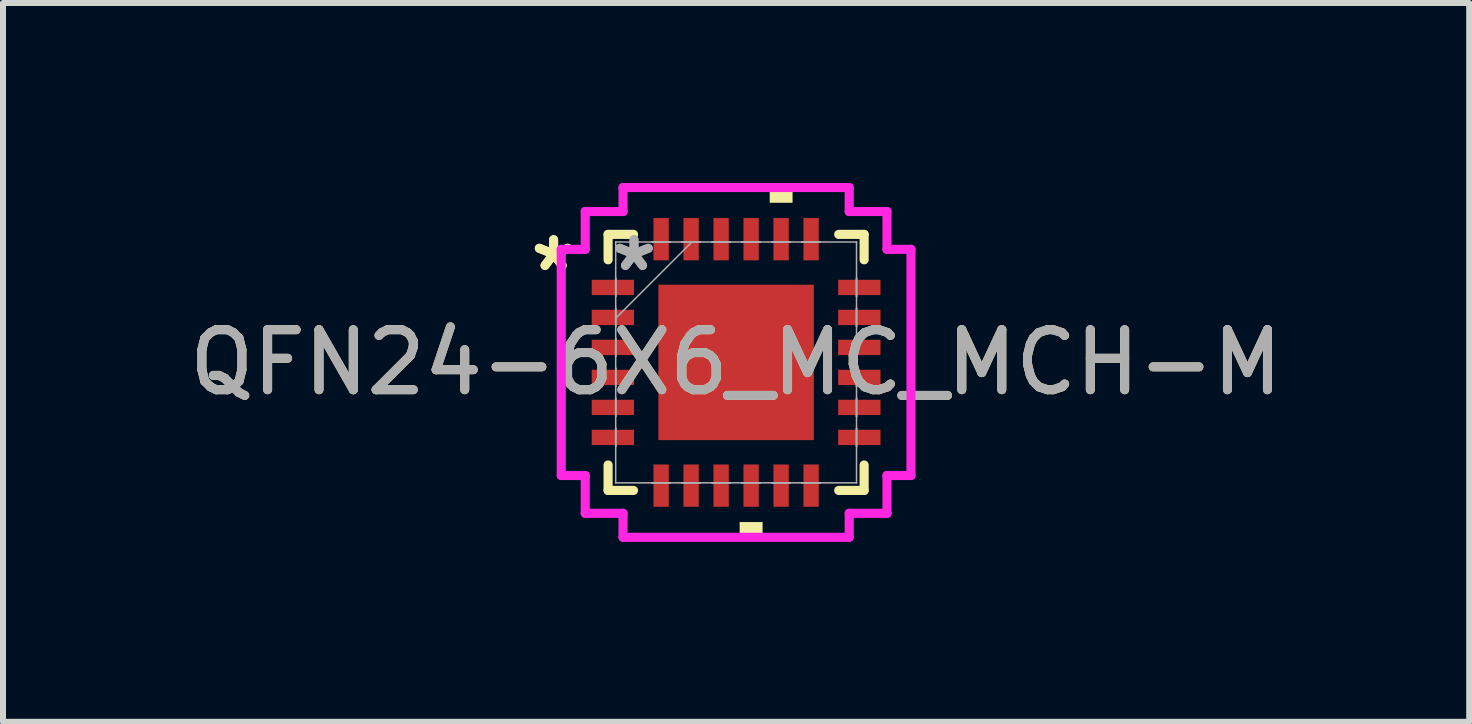
<source format=kicad_pcb>
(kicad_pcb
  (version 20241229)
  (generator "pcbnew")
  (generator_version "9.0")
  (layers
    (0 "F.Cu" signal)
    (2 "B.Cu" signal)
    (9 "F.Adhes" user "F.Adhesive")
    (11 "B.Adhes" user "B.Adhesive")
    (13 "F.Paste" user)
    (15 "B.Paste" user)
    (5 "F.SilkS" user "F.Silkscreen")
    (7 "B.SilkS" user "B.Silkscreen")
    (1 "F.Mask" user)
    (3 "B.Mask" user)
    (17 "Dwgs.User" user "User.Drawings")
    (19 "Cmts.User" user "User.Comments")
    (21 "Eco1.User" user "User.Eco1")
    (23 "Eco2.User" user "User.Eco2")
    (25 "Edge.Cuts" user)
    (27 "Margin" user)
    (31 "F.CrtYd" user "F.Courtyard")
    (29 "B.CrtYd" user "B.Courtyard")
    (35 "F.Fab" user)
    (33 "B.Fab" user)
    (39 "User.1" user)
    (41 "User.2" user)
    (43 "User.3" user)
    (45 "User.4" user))
  (footprint "QFN24-6X6_MC_MCH-M"
    (layer "F.Cu")
    (at 9.22 2.991)
    (property "Reference" "QFN24-6X6_MC_MCH-M" (at 0 0 0) (unlocked yes) (layer "F.SilkS") (effects (font (size 1 1) (thickness 0.15))))
    (attr smd)
    (fp_line (start -2.134 -2.134) (end -2.134 -1.71) (stroke (width 0.152) (type solid)) (layer "F.SilkS"))
    (fp_line (start -2.134 1.71) (end -2.134 2.134) (stroke (width 0.152) (type solid)) (layer "F.SilkS"))
    (fp_line (start -2.134 2.134) (end -1.71 2.134) (stroke (width 0.152) (type solid)) (layer "F.SilkS"))
    (fp_line (start -1.71 -2.134) (end -2.134 -2.134) (stroke (width 0.152) (type solid)) (layer "F.SilkS"))
    (fp_line (start 1.71 2.134) (end 2.134 2.134) (stroke (width 0.152) (type solid)) (layer "F.SilkS"))
    (fp_line (start 2.134 -2.134) (end 1.71 -2.134) (stroke (width 0.152) (type solid)) (layer "F.SilkS"))
    (fp_line (start 2.134 -1.71) (end 2.134 -2.134) (stroke (width 0.152) (type solid)) (layer "F.SilkS"))
    (fp_line (start 2.134 2.134) (end 2.134 1.71) (stroke (width 0.152) (type solid)) (layer "F.SilkS"))
    (fp_poly (pts (xy 0.059 2.661) (xy 0.059 2.915) (xy 0.441 2.915) (xy 0.441 2.661)) (stroke (width 0) (type solid)) (fill yes) (layer "F.SilkS"))
    (fp_poly (pts (xy 0.56 -2.661) (xy 0.56 -2.915) (xy 0.941 -2.915) (xy 0.941 -2.661)) (stroke (width 0) (type solid)) (fill yes) (layer "F.SilkS"))
    (fp_poly (pts (xy -1.195 -1.195) (xy -1.195 -0.1) (xy -0.1 -0.1) (xy -0.1 -1.195)) (stroke (width 0) (type solid)) (fill yes) (layer "F.Paste"))
    (fp_poly (pts (xy -1.195 0.1) (xy -1.195 1.195) (xy -0.1 1.195) (xy -0.1 0.1)) (stroke (width 0) (type solid)) (fill yes) (layer "F.Paste"))
    (fp_poly (pts (xy 0.1 -1.195) (xy 0.1 -0.1) (xy 1.195 -0.1) (xy 1.195 -1.195)) (stroke (width 0) (type solid)) (fill yes) (layer "F.Paste"))
    (fp_poly (pts (xy 0.1 0.1) (xy 0.1 1.195) (xy 1.195 1.195) (xy 1.195 0.1)) (stroke (width 0) (type solid)) (fill yes) (layer "F.Paste"))
    (fp_line (start -2.915 -1.885) (end -2.515 -1.885) (stroke (width 0.152) (type solid)) (layer "F.CrtYd"))
    (fp_line (start -2.915 1.885) (end -2.915 -1.885) (stroke (width 0.152) (type solid)) (layer "F.CrtYd"))
    (fp_line (start -2.515 -2.515) (end -1.885 -2.515) (stroke (width 0.152) (type solid)) (layer "F.CrtYd"))
    (fp_line (start -2.515 -1.885) (end -2.515 -2.515) (stroke (width 0.152) (type solid)) (layer "F.CrtYd"))
    (fp_line (start -2.515 1.885) (end -2.915 1.885) (stroke (width 0.152) (type solid)) (layer "F.CrtYd"))
    (fp_line (start -2.515 2.515) (end -2.515 1.885) (stroke (width 0.152) (type solid)) (layer "F.CrtYd"))
    (fp_line (start -1.885 -2.915) (end 1.885 -2.915) (stroke (width 0.152) (type solid)) (layer "F.CrtYd"))
    (fp_line (start -1.885 -2.515) (end -1.885 -2.915) (stroke (width 0.152) (type solid)) (layer "F.CrtYd"))
    (fp_line (start -1.885 2.515) (end -2.515 2.515) (stroke (width 0.152) (type solid)) (layer "F.CrtYd"))
    (fp_line (start -1.885 2.915) (end -1.885 2.515) (stroke (width 0.152) (type solid)) (layer "F.CrtYd"))
    (fp_line (start 1.885 -2.915) (end 1.885 -2.515) (stroke (width 0.152) (type solid)) (layer "F.CrtYd"))
    (fp_line (start 1.885 -2.515) (end 2.515 -2.515) (stroke (width 0.152) (type solid)) (layer "F.CrtYd"))
    (fp_line (start 1.885 2.515) (end 1.885 2.915) (stroke (width 0.152) (type solid)) (layer "F.CrtYd"))
    (fp_line (start 1.885 2.915) (end -1.885 2.915) (stroke (width 0.152) (type solid)) (layer "F.CrtYd"))
    (fp_line (start 2.515 -2.515) (end 2.515 -1.885) (stroke (width 0.152) (type solid)) (layer "F.CrtYd"))
    (fp_line (start 2.515 -1.885) (end 2.915 -1.885) (stroke (width 0.152) (type solid)) (layer "F.CrtYd"))
    (fp_line (start 2.515 1.885) (end 2.515 2.515) (stroke (width 0.152) (type solid)) (layer "F.CrtYd"))
    (fp_line (start 2.515 2.515) (end 1.885 2.515) (stroke (width 0.152) (type solid)) (layer "F.CrtYd"))
    (fp_line (start 2.915 -1.885) (end 2.915 1.885) (stroke (width 0.152) (type solid)) (layer "F.CrtYd"))
    (fp_line (start 2.915 1.885) (end 2.515 1.885) (stroke (width 0.152) (type solid)) (layer "F.CrtYd"))
    (fp_line (start -2.007 -2.007) (end -2.007 -2.007) (stroke (width 0.025) (type solid)) (layer "F.Fab"))
    (fp_line (start -2.007 -2.007) (end -2.007 2.007) (stroke (width 0.025) (type solid)) (layer "F.Fab"))
    (fp_line (start -2.007 -1.402) (end -2.007 -1.402) (stroke (width 0.025) (type solid)) (layer "F.Fab"))
    (fp_line (start -2.007 -1.402) (end -2.007 -1.098) (stroke (width 0.025) (type solid)) (layer "F.Fab"))
    (fp_line (start -2.007 -1.098) (end -2.007 -1.402) (stroke (width 0.025) (type solid)) (layer "F.Fab"))
    (fp_line (start -2.007 -1.098) (end -2.007 -1.098) (stroke (width 0.025) (type solid)) (layer "F.Fab"))
    (fp_line (start -2.007 -0.902) (end -2.007 -0.902) (stroke (width 0.025) (type solid)) (layer "F.Fab"))
    (fp_line (start -2.007 -0.902) (end -2.007 -0.598) (stroke (width 0.025) (type solid)) (layer "F.Fab"))
    (fp_line (start -2.007 -0.737) (end -0.737 -2.007) (stroke (width 0.025) (type solid)) (layer "F.Fab"))
    (fp_line (start -2.007 -0.598) (end -2.007 -0.902) (stroke (width 0.025) (type solid)) (layer "F.Fab"))
    (fp_line (start -2.007 -0.598) (end -2.007 -0.598) (stroke (width 0.025) (type solid)) (layer "F.Fab"))
    (fp_line (start -2.007 -0.402) (end -2.007 -0.402) (stroke (width 0.025) (type solid)) (layer "F.Fab"))
    (fp_line (start -2.007 -0.402) (end -2.007 -0.098) (stroke (width 0.025) (type solid)) (layer "F.Fab"))
    (fp_line (start -2.007 -0.098) (end -2.007 -0.402) (stroke (width 0.025) (type solid)) (layer "F.Fab"))
    (fp_line (start -2.007 -0.098) (end -2.007 -0.098) (stroke (width 0.025) (type solid)) (layer "F.Fab"))
    (fp_line (start -2.007 0.098) (end -2.007 0.098) (stroke (width 0.025) (type solid)) (layer "F.Fab"))
    (fp_line (start -2.007 0.098) (end -2.007 0.402) (stroke (width 0.025) (type solid)) (layer "F.Fab"))
    (fp_line (start -2.007 0.402) (end -2.007 0.098) (stroke (width 0.025) (type solid)) (layer "F.Fab"))
    (fp_line (start -2.007 0.402) (end -2.007 0.402) (stroke (width 0.025) (type solid)) (layer "F.Fab"))
    (fp_line (start -2.007 0.598) (end -2.007 0.598) (stroke (width 0.025) (type solid)) (layer "F.Fab"))
    (fp_line (start -2.007 0.598) (end -2.007 0.902) (stroke (width 0.025) (type solid)) (layer "F.Fab"))
    (fp_line (start -2.007 0.902) (end -2.007 0.598) (stroke (width 0.025) (type solid)) (layer "F.Fab"))
    (fp_line (start -2.007 0.902) (end -2.007 0.902) (stroke (width 0.025) (type solid)) (layer "F.Fab"))
    (fp_line (start -2.007 1.098) (end -2.007 1.098) (stroke (width 0.025) (type solid)) (layer "F.Fab"))
    (fp_line (start -2.007 1.098) (end -2.007 1.402) (stroke (width 0.025) (type solid)) (layer "F.Fab"))
    (fp_line (start -2.007 1.402) (end -2.007 1.098) (stroke (width 0.025) (type solid)) (layer "F.Fab"))
    (fp_line (start -2.007 1.402) (end -2.007 1.402) (stroke (width 0.025) (type solid)) (layer "F.Fab"))
    (fp_line (start -2.007 2.007) (end -2.007 2.007) (stroke (width 0.025) (type solid)) (layer "F.Fab"))
    (fp_line (start -2.007 2.007) (end 2.007 2.007) (stroke (width 0.025) (type solid)) (layer "F.Fab"))
    (fp_line (start -1.402 -2.007) (end -1.402 -2.007) (stroke (width 0.025) (type solid)) (layer "F.Fab"))
    (fp_line (start -1.402 -2.007) (end -1.098 -2.007) (stroke (width 0.025) (type solid)) (layer "F.Fab"))
    (fp_line (start -1.402 2.007) (end -1.402 2.007) (stroke (width 0.025) (type solid)) (layer "F.Fab"))
    (fp_line (start -1.402 2.007) (end -1.098 2.007) (stroke (width 0.025) (type solid)) (layer "F.Fab"))
    (fp_line (start -1.098 -2.007) (end -1.402 -2.007) (stroke (width 0.025) (type solid)) (layer "F.Fab"))
    (fp_line (start -1.098 -2.007) (end -1.098 -2.007) (stroke (width 0.025) (type solid)) (layer "F.Fab"))
    (fp_line (start -1.098 2.007) (end -1.402 2.007) (stroke (width 0.025) (type solid)) (layer "F.Fab"))
    (fp_line (start -1.098 2.007) (end -1.098 2.007) (stroke (width 0.025) (type solid)) (layer "F.Fab"))
    (fp_line (start -0.902 -2.007) (end -0.902 -2.007) (stroke (width 0.025) (type solid)) (layer "F.Fab"))
    (fp_line (start -0.902 -2.007) (end -0.598 -2.007) (stroke (width 0.025) (type solid)) (layer "F.Fab"))
    (fp_line (start -0.902 2.007) (end -0.902 2.007) (stroke (width 0.025) (type solid)) (layer "F.Fab"))
    (fp_line (start -0.902 2.007) (end -0.598 2.007) (stroke (width 0.025) (type solid)) (layer "F.Fab"))
    (fp_line (start -0.598 -2.007) (end -0.902 -2.007) (stroke (width 0.025) (type solid)) (layer "F.Fab"))
    (fp_line (start -0.598 -2.007) (end -0.598 -2.007) (stroke (width 0.025) (type solid)) (layer "F.Fab"))
    (fp_line (start -0.598 2.007) (end -0.902 2.007) (stroke (width 0.025) (type solid)) (layer "F.Fab"))
    (fp_line (start -0.598 2.007) (end -0.598 2.007) (stroke (width 0.025) (type solid)) (layer "F.Fab"))
    (fp_line (start -0.402 -2.007) (end -0.402 -2.007) (stroke (width 0.025) (type solid)) (layer "F.Fab"))
    (fp_line (start -0.402 -2.007) (end -0.098 -2.007) (stroke (width 0.025) (type solid)) (layer "F.Fab"))
    (fp_line (start -0.402 2.007) (end -0.402 2.007) (stroke (width 0.025) (type solid)) (layer "F.Fab"))
    (fp_line (start -0.402 2.007) (end -0.098 2.007) (stroke (width 0.025) (type solid)) (layer "F.Fab"))
    (fp_line (start -0.098 -2.007) (end -0.402 -2.007) (stroke (width 0.025) (type solid)) (layer "F.Fab"))
    (fp_line (start -0.098 -2.007) (end -0.098 -2.007) (stroke (width 0.025) (type solid)) (layer "F.Fab"))
    (fp_line (start -0.098 2.007) (end -0.402 2.007) (stroke (width 0.025) (type solid)) (layer "F.Fab"))
    (fp_line (start -0.098 2.007) (end -0.098 2.007) (stroke (width 0.025) (type solid)) (layer "F.Fab"))
    (fp_line (start 0.098 -2.007) (end 0.098 -2.007) (stroke (width 0.025) (type solid)) (layer "F.Fab"))
    (fp_line (start 0.098 -2.007) (end 0.402 -2.007) (stroke (width 0.025) (type solid)) (layer "F.Fab"))
    (fp_line (start 0.098 2.007) (end 0.098 2.007) (stroke (width 0.025) (type solid)) (layer "F.Fab"))
    (fp_line (start 0.098 2.007) (end 0.402 2.007) (stroke (width 0.025) (type solid)) (layer "F.Fab"))
    (fp_line (start 0.402 -2.007) (end 0.098 -2.007) (stroke (width 0.025) (type solid)) (layer "F.Fab"))
    (fp_line (start 0.402 -2.007) (end 0.402 -2.007) (stroke (width 0.025) (type solid)) (layer "F.Fab"))
    (fp_line (start 0.402 2.007) (end 0.098 2.007) (stroke (width 0.025) (type solid)) (layer "F.Fab"))
    (fp_line (start 0.402 2.007) (end 0.402 2.007) (stroke (width 0.025) (type solid)) (layer "F.Fab"))
    (fp_line (start 0.598 -2.007) (end 0.598 -2.007) (stroke (width 0.025) (type solid)) (layer "F.Fab"))
    (fp_line (start 0.598 -2.007) (end 0.902 -2.007) (stroke (width 0.025) (type solid)) (layer "F.Fab"))
    (fp_line (start 0.598 2.007) (end 0.598 2.007) (stroke (width 0.025) (type solid)) (layer "F.Fab"))
    (fp_line (start 0.598 2.007) (end 0.902 2.007) (stroke (width 0.025) (type solid)) (layer "F.Fab"))
    (fp_line (start 0.902 -2.007) (end 0.598 -2.007) (stroke (width 0.025) (type solid)) (layer "F.Fab"))
    (fp_line (start 0.902 -2.007) (end 0.902 -2.007) (stroke (width 0.025) (type solid)) (layer "F.Fab"))
    (fp_line (start 0.902 2.007) (end 0.598 2.007) (stroke (width 0.025) (type solid)) (layer "F.Fab"))
    (fp_line (start 0.902 2.007) (end 0.902 2.007) (stroke (width 0.025) (type solid)) (layer "F.Fab"))
    (fp_line (start 1.098 -2.007) (end 1.098 -2.007) (stroke (width 0.025) (type solid)) (layer "F.Fab"))
    (fp_line (start 1.098 -2.007) (end 1.402 -2.007) (stroke (width 0.025) (type solid)) (layer "F.Fab"))
    (fp_line (start 1.098 2.007) (end 1.098 2.007) (stroke (width 0.025) (type solid)) (layer "F.Fab"))
    (fp_line (start 1.098 2.007) (end 1.402 2.007) (stroke (width 0.025) (type solid)) (layer "F.Fab"))
    (fp_line (start 1.402 -2.007) (end 1.098 -2.007) (stroke (width 0.025) (type solid)) (layer "F.Fab"))
    (fp_line (start 1.402 -2.007) (end 1.402 -2.007) (stroke (width 0.025) (type solid)) (layer "F.Fab"))
    (fp_line (start 1.402 2.007) (end 1.098 2.007) (stroke (width 0.025) (type solid)) (layer "F.Fab"))
    (fp_line (start 1.402 2.007) (end 1.402 2.007) (stroke (width 0.025) (type solid)) (layer "F.Fab"))
    (fp_line (start 2.007 -2.007) (end -2.007 -2.007) (stroke (width 0.025) (type solid)) (layer "F.Fab"))
    (fp_line (start 2.007 -2.007) (end 2.007 -2.007) (stroke (width 0.025) (type solid)) (layer "F.Fab"))
    (fp_line (start 2.007 -1.402) (end 2.007 -1.402) (stroke (width 0.025) (type solid)) (layer "F.Fab"))
    (fp_line (start 2.007 -1.402) (end 2.007 -1.098) (stroke (width 0.025) (type solid)) (layer "F.Fab"))
    (fp_line (start 2.007 -1.098) (end 2.007 -1.402) (stroke (width 0.025) (type solid)) (layer "F.Fab"))
    (fp_line (start 2.007 -1.098) (end 2.007 -1.098) (stroke (width 0.025) (type solid)) (layer "F.Fab"))
    (fp_line (start 2.007 -0.902) (end 2.007 -0.902) (stroke (width 0.025) (type solid)) (layer "F.Fab"))
    (fp_line (start 2.007 -0.902) (end 2.007 -0.598) (stroke (width 0.025) (type solid)) (layer "F.Fab"))
    (fp_line (start 2.007 -0.598) (end 2.007 -0.902) (stroke (width 0.025) (type solid)) (layer "F.Fab"))
    (fp_line (start 2.007 -0.598) (end 2.007 -0.598) (stroke (width 0.025) (type solid)) (layer "F.Fab"))
    (fp_line (start 2.007 -0.402) (end 2.007 -0.402) (stroke (width 0.025) (type solid)) (layer "F.Fab"))
    (fp_line (start 2.007 -0.402) (end 2.007 -0.098) (stroke (width 0.025) (type solid)) (layer "F.Fab"))
    (fp_line (start 2.007 -0.098) (end 2.007 -0.402) (stroke (width 0.025) (type solid)) (layer "F.Fab"))
    (fp_line (start 2.007 -0.098) (end 2.007 -0.098) (stroke (width 0.025) (type solid)) (layer "F.Fab"))
    (fp_line (start 2.007 0.098) (end 2.007 0.098) (stroke (width 0.025) (type solid)) (layer "F.Fab"))
    (fp_line (start 2.007 0.098) (end 2.007 0.402) (stroke (width 0.025) (type solid)) (layer "F.Fab"))
    (fp_line (start 2.007 0.402) (end 2.007 0.098) (stroke (width 0.025) (type solid)) (layer "F.Fab"))
    (fp_line (start 2.007 0.402) (end 2.007 0.402) (stroke (width 0.025) (type solid)) (layer "F.Fab"))
    (fp_line (start 2.007 0.598) (end 2.007 0.598) (stroke (width 0.025) (type solid)) (layer "F.Fab"))
    (fp_line (start 2.007 0.598) (end 2.007 0.902) (stroke (width 0.025) (type solid)) (layer "F.Fab"))
    (fp_line (start 2.007 0.902) (end 2.007 0.598) (stroke (width 0.025) (type solid)) (layer "F.Fab"))
    (fp_line (start 2.007 0.902) (end 2.007 0.902) (stroke (width 0.025) (type solid)) (layer "F.Fab"))
    (fp_line (start 2.007 1.098) (end 2.007 1.098) (stroke (width 0.025) (type solid)) (layer "F.Fab"))
    (fp_line (start 2.007 1.098) (end 2.007 1.402) (stroke (width 0.025) (type solid)) (layer "F.Fab"))
    (fp_line (start 2.007 1.402) (end 2.007 1.098) (stroke (width 0.025) (type solid)) (layer "F.Fab"))
    (fp_line (start 2.007 1.402) (end 2.007 1.402) (stroke (width 0.025) (type solid)) (layer "F.Fab"))
    (fp_line (start 2.007 2.007) (end 2.007 -2.007) (stroke (width 0.025) (type solid)) (layer "F.Fab"))
    (fp_line (start 2.007 2.007) (end 2.007 2.007) (stroke (width 0.025) (type solid)) (layer "F.Fab"))
    (fp_text user "*" (at -3.042 -1.5 0) (layer "F.SilkS") (effects (font (size 1 1) (thickness 0.15))))
    (fp_text user "*" (at -3.042 -1.5 0) (unlocked yes) (layer "F.SilkS") (effects (font (size 1 1) (thickness 0.15))))
    (fp_text user "*" (at -1.702 -1.5 0) (layer "F.Fab") (effects (font (size 1 1) (thickness 0.15))))
    (fp_text user "${REFERENCE}" (at 0 0 0) (unlocked yes) (layer "F.Fab") (effects (font (size 1 1) (thickness 0.15))))
    (fp_text user "*" (at -1.702 -1.5 0) (unlocked yes) (layer "F.Fab") (effects (font (size 1 1) (thickness 0.15))))
    (pad "1" smd rect (at -2.054 -1.25 90) (size 0.255 0.705) (layers "F.Cu" "F.Mask" "F.Paste"))
    (pad "2" smd rect (at -2.054 -0.75 90) (size 0.255 0.705) (layers "F.Cu" "F.Mask" "F.Paste"))
    (pad "3" smd rect (at -2.054 -0.25 90) (size 0.255 0.705) (layers "F.Cu" "F.Mask" "F.Paste"))
    (pad "4" smd rect (at -2.054 0.25 90) (size 0.255 0.705) (layers "F.Cu" "F.Mask" "F.Paste"))
    (pad "5" smd rect (at -2.054 0.75 90) (size 0.255 0.705) (layers "F.Cu" "F.Mask" "F.Paste"))
    (pad "6" smd rect (at -2.054 1.25 90) (size 0.255 0.705) (layers "F.Cu" "F.Mask" "F.Paste"))
    (pad "7" smd rect (at -1.25 2.054) (size 0.255 0.705) (layers "F.Cu" "F.Mask" "F.Paste"))
    (pad "8" smd rect (at -0.75 2.054) (size 0.255 0.705) (layers "F.Cu" "F.Mask" "F.Paste"))
    (pad "9" smd rect (at -0.25 2.054) (size 0.255 0.705) (layers "F.Cu" "F.Mask" "F.Paste"))
    (pad "10" smd rect (at 0.25 2.054) (size 0.255 0.705) (layers "F.Cu" "F.Mask" "F.Paste"))
    (pad "11" smd rect (at 0.75 2.054) (size 0.255 0.705) (layers "F.Cu" "F.Mask" "F.Paste"))
    (pad "12" smd rect (at 1.25 2.054) (size 0.255 0.705) (layers "F.Cu" "F.Mask" "F.Paste"))
    (pad "13" smd rect (at 2.054 1.25 90) (size 0.255 0.705) (layers "F.Cu" "F.Mask" "F.Paste"))
    (pad "14" smd rect (at 2.054 0.75 90) (size 0.255 0.705) (layers "F.Cu" "F.Mask" "F.Paste"))
    (pad "15" smd rect (at 2.054 0.25 90) (size 0.255 0.705) (layers "F.Cu" "F.Mask" "F.Paste"))
    (pad "16" smd rect (at 2.054 -0.25 90) (size 0.255 0.705) (layers "F.Cu" "F.Mask" "F.Paste"))
    (pad "17" smd rect (at 2.054 -0.75 90) (size 0.255 0.705) (layers "F.Cu" "F.Mask" "F.Paste"))
    (pad "18" smd rect (at 2.054 -1.25 90) (size 0.255 0.705) (layers "F.Cu" "F.Mask" "F.Paste"))
    (pad "19" smd rect (at 1.25 -2.054) (size 0.255 0.705) (layers "F.Cu" "F.Mask" "F.Paste"))
    (pad "20" smd rect (at 0.75 -2.054) (size 0.255 0.705) (layers "F.Cu" "F.Mask" "F.Paste"))
    (pad "21" smd rect (at 0.25 -2.054) (size 0.255 0.705) (layers "F.Cu" "F.Mask" "F.Paste"))
    (pad "22" smd rect (at -0.25 -2.054) (size 0.255 0.705) (layers "F.Cu" "F.Mask" "F.Paste"))
    (pad "23" smd rect (at -0.75 -2.054) (size 0.255 0.705) (layers "F.Cu" "F.Mask" "F.Paste"))
    (pad "24" smd rect (at -1.25 -2.054) (size 0.255 0.705) (layers "F.Cu" "F.Mask" "F.Paste"))
    (pad "25" smd rect (at 0 0) (size 2.591 2.591) (layers "F.Cu" "F.Mask" "F.Paste")))
  (gr_rect
    (start -3 -3)
    (end 21.44 8.982)
    (stroke (width 0.1) (type default))
    (fill no)
    (layer "Edge.Cuts")))
</source>
